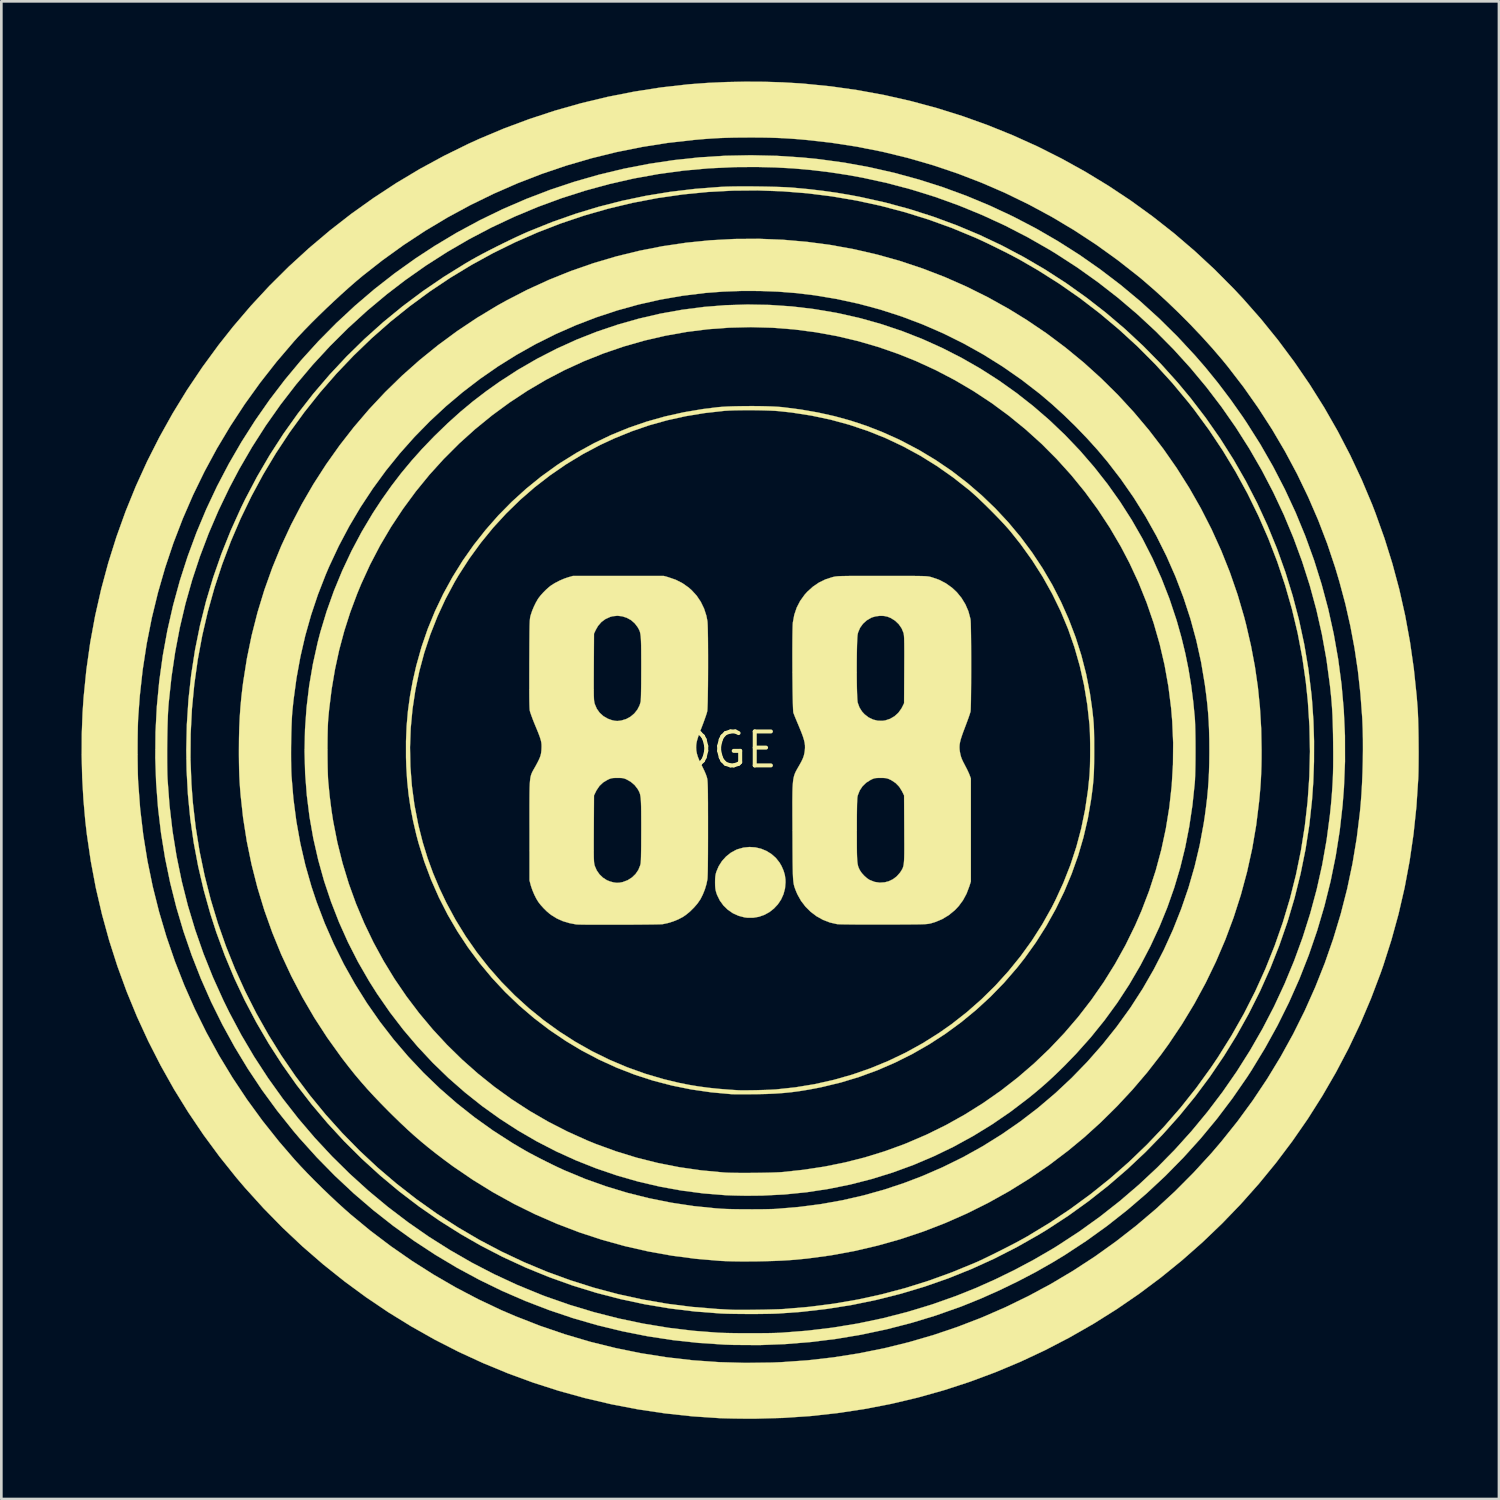
<source format=kicad_pcb>
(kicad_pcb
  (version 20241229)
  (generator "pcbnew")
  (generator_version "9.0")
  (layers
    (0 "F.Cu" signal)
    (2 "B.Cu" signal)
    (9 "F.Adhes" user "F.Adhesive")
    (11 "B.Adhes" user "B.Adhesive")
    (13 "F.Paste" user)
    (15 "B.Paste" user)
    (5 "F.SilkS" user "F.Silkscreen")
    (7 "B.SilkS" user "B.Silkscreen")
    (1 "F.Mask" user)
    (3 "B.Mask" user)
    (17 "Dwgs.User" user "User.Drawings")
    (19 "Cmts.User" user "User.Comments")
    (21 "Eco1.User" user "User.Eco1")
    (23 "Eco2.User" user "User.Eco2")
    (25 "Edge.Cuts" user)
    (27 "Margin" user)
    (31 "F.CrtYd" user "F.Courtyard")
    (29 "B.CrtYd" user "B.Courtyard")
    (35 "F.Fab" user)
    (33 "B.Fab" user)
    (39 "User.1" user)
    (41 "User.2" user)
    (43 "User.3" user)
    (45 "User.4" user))
  (footprint "BADGE 8.8"
    (layer "F.Cu")
    (at 25 25.001)
    (property "Reference" "BADGE 8.8" (at 0 0 0) (layer "F.SilkS") (effects (font (size 1.27 1.27) (thickness 0.15))))
    (attr through_hole)
    (fp_poly (pts (xy 0.204 3.646) (xy 0.417 3.696) (xy 0.619 3.779) (xy 0.804 3.894) (xy 0.969 4.038) (xy 1.106 4.21) (xy 1.187 4.35) (xy 1.261 4.521) (xy 1.308 4.681) (xy 1.33 4.844) (xy 1.333 4.953) (xy 1.314 5.181) (xy 1.257 5.397) (xy 1.167 5.596) (xy 1.047 5.776) (xy 0.9 5.933) (xy 0.732 6.065) (xy 0.544 6.169) (xy 0.34 6.241) (xy 0.125 6.278) (xy -0.098 6.277) (xy -0.196 6.265) (xy -0.424 6.205) (xy -0.635 6.11) (xy -0.824 5.98) (xy -0.988 5.821) (xy -1.124 5.634) (xy -1.227 5.424) (xy -1.255 5.345) (xy -1.278 5.261) (xy -1.292 5.176) (xy -1.3 5.077) (xy -1.302 4.953) (xy -1.3 4.826) (xy -1.292 4.728) (xy -1.278 4.644) (xy -1.255 4.561) (xy -1.167 4.351) (xy -1.044 4.158) (xy -0.891 3.988) (xy -0.713 3.846) (xy -0.515 3.738) (xy -0.459 3.716) (xy -0.239 3.654) (xy -0.017 3.632) (xy 0.204 3.646)) (stroke (width 0.01) (type solid)) (fill yes) (layer "F.SilkS"))
    (fp_poly (pts (xy 0.354 -12.859) (xy 0.594 -12.854) (xy 0.816 -12.847) (xy 1.014 -12.837) (xy 1.179 -12.825) (xy 1.228 -12.82) (xy 1.902 -12.733) (xy 2.547 -12.621) (xy 3.167 -12.483) (xy 3.769 -12.317) (xy 4.358 -12.122) (xy 4.939 -11.896) (xy 5.518 -11.637) (xy 5.683 -11.557) (xy 6.33 -11.216) (xy 6.953 -10.841) (xy 7.551 -10.434) (xy 8.123 -9.995) (xy 8.667 -9.527) (xy 9.184 -9.031) (xy 9.671 -8.508) (xy 10.129 -7.959) (xy 10.555 -7.387) (xy 10.949 -6.792) (xy 11.31 -6.177) (xy 11.636 -5.541) (xy 11.927 -4.888) (xy 12.182 -4.218) (xy 12.4 -3.532) (xy 12.579 -2.833) (xy 12.719 -2.121) (xy 12.793 -1.609) (xy 12.815 -1.433) (xy 12.832 -1.278) (xy 12.847 -1.136) (xy 12.858 -1.001) (xy 12.866 -0.864) (xy 12.872 -0.72) (xy 12.875 -0.559) (xy 12.878 -0.377) (xy 12.878 -0.164) (xy 12.879 0.021) (xy 12.878 0.278) (xy 12.876 0.5) (xy 12.872 0.695) (xy 12.866 0.87) (xy 12.856 1.033) (xy 12.844 1.192) (xy 12.828 1.353) (xy 12.807 1.526) (xy 12.782 1.716) (xy 12.762 1.863) (xy 12.641 2.569) (xy 12.478 3.268) (xy 12.276 3.959) (xy 12.034 4.639) (xy 11.755 5.305) (xy 11.438 5.955) (xy 11.085 6.588) (xy 10.698 7.2) (xy 10.276 7.79) (xy 9.993 8.149) (xy 9.513 8.704) (xy 9.003 9.229) (xy 8.467 9.722) (xy 7.906 10.184) (xy 7.321 10.613) (xy 6.714 11.008) (xy 6.086 11.368) (xy 5.44 11.692) (xy 4.776 11.98) (xy 4.097 12.229) (xy 3.404 12.44) (xy 2.699 12.61) (xy 2.529 12.645) (xy 2.189 12.709) (xy 1.87 12.761) (xy 1.564 12.802) (xy 1.258 12.833) (xy 0.944 12.855) (xy 0.611 12.87) (xy 0.249 12.878) (xy 0.169 12.879) (xy -0.009 12.88) (xy -0.179 12.881) (xy -0.334 12.881) (xy -0.47 12.881) (xy -0.579 12.88) (xy -0.656 12.879) (xy -0.688 12.877) (xy -1.447 12.808) (xy -2.188 12.701) (xy -2.912 12.555) (xy -3.619 12.371) (xy -4.311 12.147) (xy -4.987 11.884) (xy -5.648 11.582) (xy -6.295 11.241) (xy -6.89 10.884) (xy -7.497 10.474) (xy -8.077 10.031) (xy -8.63 9.558) (xy -9.154 9.056) (xy -9.648 8.527) (xy -10.111 7.971) (xy -10.542 7.391) (xy -10.94 6.788) (xy -11.304 6.164) (xy -11.632 5.52) (xy -11.924 4.858) (xy -12.179 4.178) (xy -12.394 3.484) (xy -12.475 3.18) (xy -12.597 2.658) (xy -12.694 2.153) (xy -12.768 1.653) (xy -12.82 1.146) (xy -12.852 0.619) (xy -12.863 0.275) (xy -12.863 -0.095) (xy -12.713 -0.095) (xy -12.699 0.623) (xy -12.644 1.342) (xy -12.548 2.057) (xy -12.41 2.768) (xy -12.39 2.857) (xy -12.236 3.464) (xy -12.057 4.045) (xy -11.85 4.613) (xy -11.612 5.177) (xy -11.355 5.716) (xy -11.009 6.357) (xy -10.629 6.975) (xy -10.216 7.567) (xy -9.772 8.133) (xy -9.298 8.672) (xy -8.795 9.182) (xy -8.266 9.663) (xy -7.711 10.113) (xy -7.132 10.531) (xy -6.53 10.917) (xy -5.907 11.269) (xy -5.264 11.585) (xy -4.602 11.866) (xy -3.923 12.11) (xy -3.229 12.315) (xy -2.646 12.455) (xy -2.29 12.526) (xy -1.931 12.586) (xy -1.562 12.636) (xy -1.174 12.677) (xy -0.759 12.71) (xy -0.445 12.73) (xy -0.359 12.733) (xy -0.238 12.733) (xy -0.092 12.733) (xy 0.072 12.731) (xy 0.246 12.728) (xy 0.422 12.723) (xy 0.592 12.718) (xy 0.747 12.712) (xy 0.88 12.705) (xy 0.97 12.7) (xy 1.697 12.622) (xy 2.417 12.504) (xy 3.127 12.345) (xy 3.825 12.147) (xy 4.51 11.909) (xy 5.18 11.633) (xy 5.834 11.32) (xy 6.469 10.969) (xy 7.083 10.582) (xy 7.547 10.256) (xy 8.118 9.808) (xy 8.663 9.328) (xy 9.18 8.819) (xy 9.668 8.281) (xy 10.125 7.718) (xy 10.549 7.131) (xy 10.938 6.522) (xy 11.29 5.894) (xy 11.429 5.62) (xy 11.729 4.966) (xy 11.99 4.303) (xy 12.211 3.629) (xy 12.394 2.941) (xy 12.539 2.237) (xy 12.646 1.516) (xy 12.703 0.963) (xy 12.712 0.819) (xy 12.72 0.642) (xy 12.725 0.44) (xy 12.728 0.22) (xy 12.729 -0.007) (xy 12.728 -0.233) (xy 12.724 -0.451) (xy 12.719 -0.65) (xy 12.711 -0.824) (xy 12.704 -0.942) (xy 12.622 -1.689) (xy 12.502 -2.419) (xy 12.342 -3.134) (xy 12.143 -3.833) (xy 11.905 -4.517) (xy 11.627 -5.184) (xy 11.31 -5.836) (xy 10.954 -6.473) (xy 10.558 -7.095) (xy 10.123 -7.701) (xy 9.75 -8.17) (xy 9.635 -8.303) (xy 9.495 -8.458) (xy 9.334 -8.629) (xy 9.16 -8.809) (xy 8.979 -8.992) (xy 8.795 -9.173) (xy 8.616 -9.345) (xy 8.448 -9.503) (xy 8.296 -9.639) (xy 8.191 -9.729) (xy 7.6 -10.194) (xy 6.994 -10.62) (xy 6.371 -11.007) (xy 5.733 -11.354) (xy 5.079 -11.663) (xy 4.408 -11.932) (xy 3.721 -12.162) (xy 3.018 -12.354) (xy 2.297 -12.506) (xy 1.558 -12.621) (xy 1.098 -12.671) (xy 0.947 -12.683) (xy 0.763 -12.692) (xy 0.553 -12.699) (xy 0.327 -12.704) (xy 0.093 -12.707) (xy -0.142 -12.707) (xy -0.37 -12.705) (xy -0.582 -12.701) (xy -0.77 -12.694) (xy -0.927 -12.685) (xy -0.963 -12.682) (xy -1.694 -12.6) (xy -2.403 -12.483) (xy -3.092 -12.331) (xy -3.764 -12.143) (xy -4.422 -11.917) (xy -5.069 -11.654) (xy -5.599 -11.408) (xy -6.244 -11.066) (xy -6.868 -10.688) (xy -7.467 -10.276) (xy -8.042 -9.832) (xy -8.591 -9.355) (xy -9.112 -8.848) (xy -9.604 -8.312) (xy -10.065 -7.748) (xy -10.495 -7.157) (xy -10.892 -6.541) (xy -11.048 -6.276) (xy -11.389 -5.638) (xy -11.691 -4.983) (xy -11.955 -4.314) (xy -12.181 -3.631) (xy -12.367 -2.938) (xy -12.513 -2.236) (xy -12.62 -1.527) (xy -12.687 -0.813) (xy -12.713 -0.095) (xy -12.863 -0.095) (xy -12.863 -0.324) (xy -12.839 -0.898) (xy -12.79 -1.458) (xy -12.714 -2.014) (xy -12.61 -2.578) (xy -12.477 -3.16) (xy -12.475 -3.164) (xy -12.282 -3.853) (xy -12.049 -4.529) (xy -11.777 -5.191) (xy -11.469 -5.837) (xy -11.124 -6.465) (xy -10.745 -7.075) (xy -10.332 -7.663) (xy -9.887 -8.227) (xy -9.412 -8.768) (xy -8.907 -9.281) (xy -8.373 -9.766) (xy -7.813 -10.221) (xy -7.227 -10.644) (xy -7.082 -10.741) (xy -6.463 -11.126) (xy -5.834 -11.471) (xy -5.194 -11.778) (xy -4.54 -12.046) (xy -3.87 -12.277) (xy -3.183 -12.471) (xy -2.476 -12.629) (xy -1.747 -12.752) (xy -1.196 -12.82) (xy -1.04 -12.833) (xy -0.85 -12.844) (xy -0.633 -12.852) (xy -0.397 -12.857) (xy -0.149 -12.86) (xy 0.104 -12.861) (xy 0.354 -12.859)) (stroke (width 0.01) (type solid)) (fill yes) (layer "F.SilkS"))
    (fp_poly (pts (xy 0.74 -16.645) (xy 1.567 -16.589) (xy 2.394 -16.491) (xy 3.219 -16.352) (xy 3.34 -16.328) (xy 4.144 -16.145) (xy 4.934 -15.922) (xy 5.709 -15.661) (xy 6.467 -15.363) (xy 7.207 -15.029) (xy 7.928 -14.66) (xy 8.63 -14.258) (xy 9.31 -13.822) (xy 9.968 -13.355) (xy 10.602 -12.857) (xy 11.212 -12.329) (xy 11.795 -11.773) (xy 12.352 -11.189) (xy 12.88 -10.578) (xy 13.379 -9.943) (xy 13.848 -9.283) (xy 14.285 -8.599) (xy 14.689 -7.894) (xy 15.059 -7.167) (xy 15.394 -6.421) (xy 15.693 -5.655) (xy 15.954 -4.871) (xy 15.98 -4.784) (xy 16.145 -4.197) (xy 16.286 -3.615) (xy 16.405 -3.028) (xy 16.504 -2.427) (xy 16.584 -1.804) (xy 16.641 -1.217) (xy 16.649 -1.099) (xy 16.655 -0.946) (xy 16.66 -0.763) (xy 16.664 -0.557) (xy 16.667 -0.335) (xy 16.668 -0.104) (xy 16.668 0.131) (xy 16.667 0.362) (xy 16.664 0.584) (xy 16.66 0.789) (xy 16.655 0.971) (xy 16.649 1.124) (xy 16.641 1.238) (xy 16.554 2.066) (xy 16.434 2.868) (xy 16.282 3.648) (xy 16.095 4.41) (xy 15.873 5.155) (xy 15.615 5.888) (xy 15.321 6.611) (xy 14.989 7.327) (xy 14.986 7.334) (xy 14.602 8.069) (xy 14.189 8.776) (xy 13.744 9.457) (xy 13.266 10.113) (xy 12.753 10.749) (xy 12.203 11.365) (xy 11.791 11.791) (xy 11.548 12.031) (xy 11.322 12.246) (xy 11.103 12.447) (xy 10.882 12.641) (xy 10.648 12.838) (xy 10.414 13.028) (xy 9.746 13.537) (xy 9.057 14.009) (xy 8.348 14.444) (xy 7.621 14.842) (xy 6.876 15.202) (xy 6.116 15.525) (xy 5.341 15.808) (xy 4.553 16.052) (xy 3.753 16.257) (xy 2.942 16.421) (xy 2.122 16.546) (xy 1.294 16.629) (xy 0.458 16.671) (xy -0.064 16.676) (xy -0.232 16.675) (xy -0.407 16.672) (xy -0.578 16.668) (xy -0.732 16.663) (xy -0.861 16.659) (xy -0.91 16.656) (xy -1.743 16.589) (xy -2.566 16.481) (xy -3.379 16.333) (xy -4.18 16.146) (xy -4.968 15.92) (xy -5.742 15.656) (xy -6.5 15.356) (xy -7.242 15.019) (xy -7.966 14.646) (xy -8.67 14.238) (xy -9.354 13.796) (xy -10.017 13.321) (xy -10.656 12.813) (xy -11.272 12.274) (xy -11.862 11.703) (xy -12.425 11.101) (xy -12.961 10.47) (xy -13.468 9.81) (xy -13.944 9.122) (xy -14.245 8.647) (xy -14.658 7.93) (xy -15.033 7.195) (xy -15.369 6.445) (xy -15.667 5.68) (xy -15.927 4.903) (xy -16.147 4.114) (xy -16.329 3.316) (xy -16.471 2.51) (xy -16.573 1.698) (xy -16.636 0.881) (xy -16.658 0.061) (xy -16.656 -0.027) (xy -15.8 -0.027) (xy -15.799 0.205) (xy -15.797 0.431) (xy -15.794 0.644) (xy -15.789 0.838) (xy -15.783 1.006) (xy -15.776 1.14) (xy -15.773 1.175) (xy -15.719 1.727) (xy -15.651 2.261) (xy -15.588 2.665) (xy -15.432 3.457) (xy -15.237 4.237) (xy -15.004 5.002) (xy -14.733 5.751) (xy -14.425 6.483) (xy -14.082 7.197) (xy -13.703 7.892) (xy -13.292 8.566) (xy -12.847 9.218) (xy -12.371 9.847) (xy -11.864 10.453) (xy -11.328 11.032) (xy -10.763 11.585) (xy -10.17 12.11) (xy -9.55 12.607) (xy -8.904 13.073) (xy -8.234 13.507) (xy -7.54 13.909) (xy -6.823 14.276) (xy -6.084 14.609) (xy -5.763 14.74) (xy -5.002 15.017) (xy -4.227 15.255) (xy -3.439 15.452) (xy -2.636 15.61) (xy -1.82 15.727) (xy -0.99 15.805) (xy -0.9 15.811) (xy -0.788 15.816) (xy -0.641 15.819) (xy -0.467 15.822) (xy -0.272 15.823) (xy -0.063 15.823) (xy 0.152 15.821) (xy 0.368 15.819) (xy 0.576 15.815) (xy 0.77 15.811) (xy 0.944 15.805) (xy 1.089 15.799) (xy 1.2 15.792) (xy 1.206 15.792) (xy 2.011 15.705) (xy 2.792 15.586) (xy 3.553 15.432) (xy 4.296 15.244) (xy 5.025 15.019) (xy 5.744 14.759) (xy 5.863 14.711) (xy 6.61 14.39) (xy 7.337 14.032) (xy 8.042 13.638) (xy 8.725 13.21) (xy 9.384 12.749) (xy 10.018 12.256) (xy 10.626 11.732) (xy 11.206 11.179) (xy 11.758 10.596) (xy 12.281 9.987) (xy 12.773 9.351) (xy 13.233 8.69) (xy 13.659 8.006) (xy 14.052 7.298) (xy 14.409 6.569) (xy 14.647 6.022) (xy 14.934 5.272) (xy 15.182 4.508) (xy 15.391 3.73) (xy 15.56 2.943) (xy 15.689 2.147) (xy 15.778 1.345) (xy 15.826 0.539) (xy 15.833 -0.268) (xy 15.798 -1.075) (xy 15.757 -1.566) (xy 15.655 -2.374) (xy 15.512 -3.174) (xy 15.328 -3.964) (xy 15.104 -4.743) (xy 14.841 -5.508) (xy 14.539 -6.259) (xy 14.198 -6.993) (xy 13.875 -7.609) (xy 13.461 -8.315) (xy 13.013 -8.996) (xy 12.533 -9.651) (xy 12.021 -10.279) (xy 11.479 -10.879) (xy 10.909 -11.451) (xy 10.31 -11.992) (xy 9.685 -12.502) (xy 9.035 -12.98) (xy 8.36 -13.425) (xy 7.663 -13.835) (xy 6.943 -14.211) (xy 6.204 -14.55) (xy 5.567 -14.806) (xy 4.806 -15.071) (xy 4.032 -15.296) (xy 3.247 -15.481) (xy 2.453 -15.625) (xy 1.651 -15.729) (xy 0.843 -15.792) (xy 0.032 -15.814) (xy -0.781 -15.794) (xy -1.566 -15.736) (xy -2.361 -15.636) (xy -3.152 -15.495) (xy -3.936 -15.314) (xy -4.71 -15.093) (xy -5.472 -14.833) (xy -6.218 -14.535) (xy -6.947 -14.2) (xy -7.613 -13.852) (xy -8.317 -13.438) (xy -8.996 -12.99) (xy -9.65 -12.51) (xy -10.278 -11.998) (xy -10.878 -11.457) (xy -11.449 -10.886) (xy -11.99 -10.289) (xy -12.5 -9.664) (xy -12.977 -9.015) (xy -13.422 -8.343) (xy -13.832 -7.648) (xy -14.207 -6.931) (xy -14.544 -6.195) (xy -14.69 -5.842) (xy -14.949 -5.149) (xy -15.172 -4.451) (xy -15.362 -3.741) (xy -15.519 -3.017) (xy -15.645 -2.273) (xy -15.74 -1.504) (xy -15.773 -1.154) (xy -15.781 -1.031) (xy -15.788 -0.874) (xy -15.793 -0.688) (xy -15.797 -0.48) (xy -15.799 -0.257) (xy -15.8 -0.027) (xy -16.656 -0.027) (xy -16.641 -0.761) (xy -16.583 -1.584) (xy -16.484 -2.404) (xy -16.344 -3.221) (xy -16.164 -4.034) (xy -16.065 -4.413) (xy -15.832 -5.184) (xy -15.56 -5.948) (xy -15.249 -6.701) (xy -14.902 -7.44) (xy -14.52 -8.159) (xy -14.106 -8.854) (xy -13.762 -9.377) (xy -13.405 -9.88) (xy -13.041 -10.355) (xy -12.662 -10.811) (xy -12.261 -11.26) (xy -11.829 -11.71) (xy -11.769 -11.769) (xy -11.299 -12.224) (xy -10.83 -12.646) (xy -10.353 -13.043) (xy -9.858 -13.421) (xy -9.377 -13.763) (xy -8.68 -14.215) (xy -7.964 -14.629) (xy -7.231 -15.006) (xy -6.482 -15.346) (xy -5.717 -15.647) (xy -4.94 -15.909) (xy -4.151 -16.133) (xy -3.353 -16.318) (xy -2.545 -16.463) (xy -1.731 -16.569) (xy -0.911 -16.635) (xy -0.087 -16.66) (xy 0.74 -16.645)) (stroke (width 0.01) (type solid)) (fill yes) (layer "F.SilkS"))
    (fp_poly (pts (xy 1.006 -22.222) (xy 1.975 -22.158) (xy 2.577 -22.098) (xy 3.529 -21.968) (xy 4.47 -21.797) (xy 5.401 -21.586) (xy 6.32 -21.335) (xy 7.226 -21.046) (xy 8.117 -20.718) (xy 8.993 -20.352) (xy 9.852 -19.949) (xy 10.694 -19.51) (xy 11.517 -19.034) (xy 12.32 -18.524) (xy 13.101 -17.978) (xy 13.861 -17.399) (xy 14.597 -16.786) (xy 15.308 -16.14) (xy 15.994 -15.462) (xy 16.653 -14.752) (xy 17.029 -14.319) (xy 17.509 -13.729) (xy 17.98 -13.106) (xy 18.435 -12.461) (xy 18.573 -12.255) (xy 19.09 -11.438) (xy 19.569 -10.603) (xy 20.01 -9.75) (xy 20.413 -8.882) (xy 20.777 -7.998) (xy 21.102 -7.101) (xy 21.387 -6.191) (xy 21.633 -5.27) (xy 21.839 -4.338) (xy 22.005 -3.397) (xy 22.131 -2.448) (xy 22.215 -1.493) (xy 22.259 -0.531) (xy 22.261 0.435) (xy 22.222 1.405) (xy 22.171 2.064) (xy 22.063 3.021) (xy 21.913 3.971) (xy 21.722 4.911) (xy 21.49 5.842) (xy 21.218 6.762) (xy 20.907 7.669) (xy 20.556 8.563) (xy 20.166 9.442) (xy 19.737 10.306) (xy 19.27 11.152) (xy 18.766 11.981) (xy 18.595 12.245) (xy 18.052 13.03) (xy 17.475 13.793) (xy 16.864 14.531) (xy 16.221 15.243) (xy 15.548 15.928) (xy 14.846 16.584) (xy 14.117 17.21) (xy 13.363 17.804) (xy 12.584 18.365) (xy 11.783 18.891) (xy 11.324 19.17) (xy 10.688 19.532) (xy 10.022 19.88) (xy 9.339 20.211) (xy 8.65 20.518) (xy 7.967 20.795) (xy 7.853 20.838) (xy 6.953 21.156) (xy 6.039 21.434) (xy 5.111 21.673) (xy 4.174 21.872) (xy 3.228 22.031) (xy 2.276 22.149) (xy 1.319 22.226) (xy 0.361 22.263) (xy -0.596 22.257) (xy -0.955 22.245) (xy -1.921 22.181) (xy -2.879 22.077) (xy -3.828 21.932) (xy -4.766 21.746) (xy -5.693 21.522) (xy -6.608 21.258) (xy -7.508 20.955) (xy -8.394 20.615) (xy -9.263 20.238) (xy -10.116 19.823) (xy -10.951 19.373) (xy -11.766 18.886) (xy -12.562 18.364) (xy -13.335 17.808) (xy -14.087 17.217) (xy -14.815 16.593) (xy -15.518 15.936) (xy -16.195 15.246) (xy -16.846 14.525) (xy -17.083 14.245) (xy -17.685 13.492) (xy -18.252 12.718) (xy -18.782 11.922) (xy -19.275 11.108) (xy -19.732 10.275) (xy -20.152 9.426) (xy -20.534 8.561) (xy -20.879 7.681) (xy -21.186 6.789) (xy -21.454 5.885) (xy -21.684 4.97) (xy -21.875 4.046) (xy -22.026 3.114) (xy -22.138 2.175) (xy -22.21 1.23) (xy -22.242 0.282) (xy -22.241 0.247) (xy -21.798 0.247) (xy -21.797 0.495) (xy -21.794 0.724) (xy -21.79 0.926) (xy -21.783 1.094) (xy -21.782 1.104) (xy -21.709 2.078) (xy -21.597 3.035) (xy -21.445 3.978) (xy -21.254 4.907) (xy -21.023 5.823) (xy -20.751 6.726) (xy -20.44 7.617) (xy -20.088 8.497) (xy -19.695 9.367) (xy -19.472 9.821) (xy -19.024 10.662) (xy -18.541 11.48) (xy -18.023 12.275) (xy -17.472 13.045) (xy -16.89 13.79) (xy -16.277 14.508) (xy -15.634 15.199) (xy -14.962 15.861) (xy -14.264 16.494) (xy -13.539 17.096) (xy -12.788 17.667) (xy -12.014 18.206) (xy -11.216 18.71) (xy -10.397 19.181) (xy -9.557 19.616) (xy -8.698 20.014) (xy -7.82 20.375) (xy -7.637 20.445) (xy -6.743 20.757) (xy -5.834 21.031) (xy -4.913 21.266) (xy -3.982 21.461) (xy -3.045 21.616) (xy -2.104 21.729) (xy -1.196 21.799) (xy -1.058 21.805) (xy -0.886 21.81) (xy -0.686 21.814) (xy -0.466 21.817) (xy -0.233 21.819) (xy 0.007 21.819) (xy 0.245 21.819) (xy 0.476 21.817) (xy 0.692 21.815) (xy 0.885 21.811) (xy 1.05 21.806) (xy 1.166 21.801) (xy 2.138 21.725) (xy 3.096 21.61) (xy 4.041 21.455) (xy 4.973 21.259) (xy 5.893 21.023) (xy 6.801 20.747) (xy 7.698 20.43) (xy 7.728 20.419) (xy 8.451 20.129) (xy 9.178 19.805) (xy 9.901 19.452) (xy 10.606 19.077) (xy 11.286 18.683) (xy 11.515 18.542) (xy 12.315 18.019) (xy 13.089 17.463) (xy 13.834 16.877) (xy 14.552 16.262) (xy 15.24 15.619) (xy 15.898 14.949) (xy 16.525 14.253) (xy 17.121 13.532) (xy 17.685 12.788) (xy 18.216 12.021) (xy 18.714 11.233) (xy 19.178 10.424) (xy 19.607 9.597) (xy 20 8.752) (xy 20.357 7.89) (xy 20.677 7.013) (xy 20.959 6.121) (xy 21.203 5.216) (xy 21.408 4.299) (xy 21.573 3.37) (xy 21.697 2.432) (xy 21.737 2.043) (xy 21.76 1.782) (xy 21.778 1.542) (xy 21.793 1.313) (xy 21.805 1.089) (xy 21.813 0.861) (xy 21.818 0.623) (xy 21.82 0.366) (xy 21.82 0.084) (xy 21.817 -0.233) (xy 21.817 -0.275) (xy 21.813 -0.577) (xy 21.807 -0.844) (xy 21.8 -1.084) (xy 21.792 -1.305) (xy 21.78 -1.513) (xy 21.766 -1.717) (xy 21.749 -1.924) (xy 21.727 -2.142) (xy 21.702 -2.378) (xy 21.694 -2.445) (xy 21.567 -3.389) (xy 21.398 -4.323) (xy 21.19 -5.245) (xy 20.943 -6.154) (xy 20.657 -7.049) (xy 20.334 -7.929) (xy 19.974 -8.793) (xy 19.577 -9.639) (xy 19.145 -10.467) (xy 18.678 -11.275) (xy 18.177 -12.063) (xy 17.642 -12.83) (xy 17.075 -13.573) (xy 16.476 -14.292) (xy 15.845 -14.987) (xy 15.184 -15.655) (xy 14.493 -16.296) (xy 13.773 -16.909) (xy 13.024 -17.492) (xy 12.248 -18.045) (xy 11.444 -18.566) (xy 11.218 -18.704) (xy 10.397 -19.174) (xy 9.557 -19.608) (xy 8.698 -20.004) (xy 7.824 -20.363) (xy 6.937 -20.684) (xy 6.038 -20.964) (xy 5.13 -21.205) (xy 4.215 -21.405) (xy 3.664 -21.505) (xy 2.977 -21.61) (xy 2.303 -21.691) (xy 1.632 -21.751) (xy 0.955 -21.788) (xy 0.26 -21.805) (xy -0.46 -21.801) (xy -0.603 -21.798) (xy -1.545 -21.754) (xy -2.482 -21.669) (xy -3.413 -21.543) (xy -4.337 -21.376) (xy -5.253 -21.168) (xy -6.159 -20.921) (xy -7.054 -20.635) (xy -7.936 -20.31) (xy -8.804 -19.947) (xy -9.657 -19.547) (xy -10.492 -19.109) (xy -11.31 -18.634) (xy -12.108 -18.124) (xy -12.885 -17.578) (xy -13.576 -17.048) (xy -14.318 -16.428) (xy -15.029 -15.779) (xy -15.71 -15.102) (xy -16.359 -14.399) (xy -16.975 -13.669) (xy -17.558 -12.914) (xy -18.107 -12.134) (xy -18.621 -11.331) (xy -19.1 -10.506) (xy -19.472 -9.8) (xy -19.88 -8.949) (xy -20.247 -8.093) (xy -20.574 -7.23) (xy -20.862 -6.358) (xy -21.112 -5.474) (xy -21.324 -4.576) (xy -21.498 -3.661) (xy -21.636 -2.729) (xy -21.738 -1.775) (xy -21.75 -1.63) (xy -21.761 -1.471) (xy -21.771 -1.276) (xy -21.779 -1.053) (xy -21.786 -0.809) (xy -21.791 -0.55) (xy -21.795 -0.283) (xy -21.798 -0.015) (xy -21.798 0.247) (xy -22.241 0.247) (xy -22.233 -0.67) (xy -22.183 -1.624) (xy -22.092 -2.578) (xy -21.96 -3.532) (xy -21.789 -4.469) (xy -21.576 -5.404) (xy -21.324 -6.326) (xy -21.032 -7.234) (xy -20.702 -8.127) (xy -20.335 -9.003) (xy -19.931 -9.862) (xy -19.491 -10.702) (xy -19.016 -11.522) (xy -18.506 -12.322) (xy -17.964 -13.099) (xy -17.388 -13.853) (xy -16.781 -14.582) (xy -16.142 -15.286) (xy -15.473 -15.963) (xy -14.775 -16.612) (xy -14.048 -17.233) (xy -13.293 -17.823) (xy -12.511 -18.382) (xy -11.79 -18.854) (xy -10.959 -19.351) (xy -10.11 -19.809) (xy -9.245 -20.229) (xy -8.365 -20.609) (xy -7.472 -20.951) (xy -6.565 -21.253) (xy -5.647 -21.516) (xy -4.719 -21.739) (xy -3.781 -21.921) (xy -2.836 -22.063) (xy -1.883 -22.165) (xy -0.924 -22.225) (xy 0.039 -22.244) (xy 1.006 -22.222)) (stroke (width 0.01) (type solid)) (fill yes) (layer "F.SilkS"))
    (fp_poly (pts (xy 1.248 -19.082) (xy 2.142 -19.004) (xy 3.027 -18.886) (xy 3.903 -18.727) (xy 4.768 -18.527) (xy 5.623 -18.287) (xy 6.465 -18.006) (xy 7.295 -17.686) (xy 8.111 -17.326) (xy 8.912 -16.927) (xy 9.698 -16.488) (xy 10.361 -16.079) (xy 11.096 -15.582) (xy 11.804 -15.051) (xy 12.487 -14.49) (xy 13.141 -13.898) (xy 13.768 -13.278) (xy 14.364 -12.631) (xy 14.93 -11.958) (xy 15.465 -11.26) (xy 15.967 -10.54) (xy 16.436 -9.797) (xy 16.87 -9.035) (xy 17.269 -8.253) (xy 17.631 -7.454) (xy 17.956 -6.639) (xy 18.243 -5.808) (xy 18.49 -4.965) (xy 18.564 -4.678) (xy 18.745 -3.891) (xy 18.891 -3.117) (xy 19.002 -2.348) (xy 19.08 -1.574) (xy 19.126 -0.788) (xy 19.14 0) (xy 19.139 0.319) (xy 19.134 0.608) (xy 19.125 0.877) (xy 19.113 1.138) (xy 19.095 1.403) (xy 19.071 1.683) (xy 19.048 1.926) (xy 18.939 2.813) (xy 18.789 3.692) (xy 18.597 4.561) (xy 18.366 5.419) (xy 18.095 6.264) (xy 17.785 7.096) (xy 17.436 7.913) (xy 17.049 8.713) (xy 16.625 9.496) (xy 16.163 10.26) (xy 15.665 11.003) (xy 15.371 11.409) (xy 14.857 12.069) (xy 14.308 12.712) (xy 13.73 13.333) (xy 13.128 13.928) (xy 12.506 14.492) (xy 11.906 14.989) (xy 11.188 15.533) (xy 10.448 16.04) (xy 9.688 16.511) (xy 8.909 16.945) (xy 8.113 17.342) (xy 7.301 17.7) (xy 6.473 18.02) (xy 5.631 18.301) (xy 4.777 18.542) (xy 3.911 18.744) (xy 3.036 18.905) (xy 2.151 19.025) (xy 1.693 19.07) (xy 1.452 19.088) (xy 1.18 19.104) (xy 0.884 19.116) (xy 0.574 19.125) (xy 0.257 19.132) (xy -0.059 19.134) (xy -0.364 19.134) (xy -0.652 19.13) (xy -0.913 19.122) (xy -1.122 19.112) (xy -2.025 19.035) (xy -2.918 18.918) (xy -3.801 18.76) (xy -4.672 18.562) (xy -5.531 18.324) (xy -6.376 18.047) (xy -7.205 17.731) (xy -8.019 17.377) (xy -8.817 16.984) (xy -9.596 16.554) (xy -10.356 16.086) (xy -11.096 15.582) (xy -11.43 15.336) (xy -11.735 15.104) (xy -12.018 14.881) (xy -12.285 14.661) (xy -12.545 14.437) (xy -12.805 14.203) (xy -13.071 13.952) (xy -13.353 13.678) (xy -13.506 13.527) (xy -13.798 13.23) (xy -14.064 12.952) (xy -14.31 12.685) (xy -14.541 12.422) (xy -14.766 12.156) (xy -14.989 11.877) (xy -15.219 11.581) (xy -15.287 11.49) (xy -15.808 10.764) (xy -16.294 10.015) (xy -16.742 9.246) (xy -17.154 8.458) (xy -17.529 7.653) (xy -17.865 6.831) (xy -18.163 5.995) (xy -18.421 5.146) (xy -18.64 4.285) (xy -18.819 3.414) (xy -18.957 2.534) (xy -19.049 1.693) (xy -19.069 1.448) (xy -19.085 1.214) (xy -19.097 0.981) (xy -19.105 0.74) (xy -19.11 0.482) (xy -19.113 0.197) (xy -19.113 0.131) (xy -17.163 0.131) (xy -17.162 0.374) (xy -17.159 0.599) (xy -17.154 0.8) (xy -17.147 0.966) (xy -17.075 1.826) (xy -16.965 2.67) (xy -16.816 3.498) (xy -16.628 4.311) (xy -16.4 5.11) (xy -16.209 5.683) (xy -15.905 6.482) (xy -15.563 7.261) (xy -15.186 8.02) (xy -14.772 8.757) (xy -14.325 9.471) (xy -13.843 10.162) (xy -13.329 10.827) (xy -12.782 11.467) (xy -12.205 12.08) (xy -11.597 12.665) (xy -10.96 13.221) (xy -10.295 13.747) (xy -9.602 14.242) (xy -8.882 14.705) (xy -8.435 14.969) (xy -8.267 15.063) (xy -8.069 15.168) (xy -7.853 15.28) (xy -7.628 15.394) (xy -7.404 15.505) (xy -7.19 15.608) (xy -6.998 15.697) (xy -6.923 15.731) (xy -6.161 16.047) (xy -5.378 16.326) (xy -4.58 16.568) (xy -3.767 16.771) (xy -2.944 16.936) (xy -2.114 17.062) (xy -1.279 17.147) (xy -1.048 17.164) (xy -0.92 17.17) (xy -0.757 17.175) (xy -0.568 17.179) (xy -0.359 17.182) (xy -0.139 17.183) (xy 0.084 17.184) (xy 0.304 17.183) (xy 0.513 17.181) (xy 0.703 17.177) (xy 0.867 17.173) (xy 0.996 17.167) (xy 1.006 17.166) (xy 1.843 17.095) (xy 2.66 16.989) (xy 3.459 16.846) (xy 4.244 16.666) (xy 5.02 16.449) (xy 5.788 16.193) (xy 6.426 15.95) (xy 7.203 15.613) (xy 7.962 15.24) (xy 8.699 14.83) (xy 9.415 14.384) (xy 10.108 13.904) (xy 10.777 13.391) (xy 11.421 12.844) (xy 12.039 12.266) (xy 12.629 11.657) (xy 13.191 11.018) (xy 13.724 10.35) (xy 14.226 9.654) (xy 14.249 9.62) (xy 14.694 8.93) (xy 15.106 8.214) (xy 15.485 7.477) (xy 15.828 6.721) (xy 16.134 5.948) (xy 16.404 5.163) (xy 16.634 4.367) (xy 16.825 3.564) (xy 16.975 2.757) (xy 17.016 2.487) (xy 17.064 2.13) (xy 17.104 1.796) (xy 17.134 1.477) (xy 17.157 1.161) (xy 17.173 0.837) (xy 17.183 0.497) (xy 17.187 0.127) (xy 17.187 -0.003) (xy 17.185 -0.386) (xy 17.176 -0.737) (xy 17.162 -1.069) (xy 17.14 -1.391) (xy 17.11 -1.716) (xy 17.071 -2.053) (xy 17.023 -2.415) (xy 17.016 -2.464) (xy 16.878 -3.286) (xy 16.698 -4.1) (xy 16.479 -4.905) (xy 16.219 -5.7) (xy 15.921 -6.481) (xy 15.584 -7.248) (xy 15.21 -7.998) (xy 14.8 -8.731) (xy 14.354 -9.443) (xy 13.873 -10.134) (xy 13.372 -10.784) (xy 13.001 -11.225) (xy 12.6 -11.668) (xy 12.178 -12.106) (xy 11.742 -12.53) (xy 11.302 -12.931) (xy 10.866 -13.302) (xy 10.828 -13.333) (xy 10.151 -13.855) (xy 9.452 -14.341) (xy 8.734 -14.79) (xy 7.996 -15.202) (xy 7.241 -15.577) (xy 6.47 -15.913) (xy 5.684 -16.211) (xy 4.884 -16.47) (xy 4.071 -16.689) (xy 3.247 -16.868) (xy 2.413 -17.007) (xy 1.714 -17.09) (xy 1.052 -17.142) (xy 0.368 -17.167) (xy -0.322 -17.168) (xy -1.006 -17.143) (xy -1.67 -17.093) (xy -1.693 -17.09) (xy -2.529 -16.987) (xy -3.354 -16.843) (xy -4.167 -16.66) (xy -4.967 -16.438) (xy -5.752 -16.178) (xy -6.521 -15.882) (xy -7.274 -15.55) (xy -8.009 -15.183) (xy -8.724 -14.781) (xy -9.42 -14.347) (xy -10.093 -13.88) (xy -10.744 -13.381) (xy -11.371 -12.852) (xy -11.972 -12.293) (xy -12.548 -11.705) (xy -13.096 -11.089) (xy -13.615 -10.447) (xy -14.104 -9.777) (xy -14.562 -9.083) (xy -14.988 -8.364) (xy -15.381 -7.622) (xy -15.739 -6.857) (xy -15.865 -6.562) (xy -16.158 -5.809) (xy -16.413 -5.048) (xy -16.631 -4.276) (xy -16.813 -3.488) (xy -16.96 -2.683) (xy -17.072 -1.856) (xy -17.115 -1.439) (xy -17.127 -1.282) (xy -17.137 -1.09) (xy -17.146 -0.87) (xy -17.153 -0.631) (xy -17.158 -0.379) (xy -17.162 -0.123) (xy -17.163 0.131) (xy -19.113 0.131) (xy -19.113 0.011) (xy -19.11 -0.428) (xy -19.1 -0.836) (xy -19.082 -1.223) (xy -19.056 -1.599) (xy -19.021 -1.976) (xy -18.976 -2.364) (xy -18.953 -2.54) (xy -18.814 -3.42) (xy -18.635 -4.288) (xy -18.417 -5.144) (xy -18.16 -5.986) (xy -17.865 -6.812) (xy -17.533 -7.623) (xy -17.165 -8.416) (xy -16.762 -9.191) (xy -16.324 -9.946) (xy -15.851 -10.68) (xy -15.346 -11.392) (xy -14.809 -12.081) (xy -14.24 -12.746) (xy -13.641 -13.385) (xy -13.012 -13.998) (xy -12.353 -14.583) (xy -11.667 -15.138) (xy -10.953 -15.664) (xy -10.212 -16.159) (xy -9.446 -16.621) (xy -9.116 -16.805) (xy -8.322 -17.215) (xy -7.513 -17.585) (xy -6.688 -17.916) (xy -5.849 -18.208) (xy -4.997 -18.46) (xy -4.134 -18.671) (xy -3.26 -18.843) (xy -2.376 -18.973) (xy -1.485 -19.063) (xy -0.585 -19.111) (xy -0.561 -19.112) (xy 0.347 -19.118) (xy 1.248 -19.082)) (stroke (width 0.01) (type solid)) (fill yes) (layer "F.SilkS"))
    (fp_poly (pts (xy 0.07 -21.078) (xy 0.336 -21.075) (xy 0.6 -21.071) (xy 0.856 -21.065) (xy 1.096 -21.058) (xy 1.313 -21.049) (xy 1.5 -21.039) (xy 1.619 -21.03) (xy 2.19 -20.977) (xy 2.731 -20.913) (xy 3.257 -20.839) (xy 3.78 -20.75) (xy 4.156 -20.678) (xy 5.07 -20.474) (xy 5.971 -20.23) (xy 6.858 -19.947) (xy 7.731 -19.625) (xy 8.587 -19.266) (xy 9.426 -18.869) (xy 10.246 -18.435) (xy 11.047 -17.966) (xy 11.827 -17.462) (xy 12.584 -16.923) (xy 13.319 -16.351) (xy 14.03 -15.746) (xy 14.714 -15.108) (xy 15.373 -14.44) (xy 16.003 -13.74) (xy 16.481 -13.166) (xy 17.051 -12.422) (xy 17.586 -11.656) (xy 18.086 -10.867) (xy 18.549 -10.058) (xy 18.976 -9.231) (xy 19.366 -8.385) (xy 19.718 -7.524) (xy 20.031 -6.648) (xy 20.306 -5.758) (xy 20.541 -4.857) (xy 20.737 -3.945) (xy 20.891 -3.025) (xy 21.004 -2.097) (xy 21.028 -1.841) (xy 21.079 -1.097) (xy 21.103 -0.333) (xy 21.101 0.439) (xy 21.074 1.206) (xy 21.027 1.873) (xy 20.927 2.798) (xy 20.784 3.717) (xy 20.6 4.628) (xy 20.376 5.531) (xy 20.112 6.423) (xy 19.807 7.304) (xy 19.464 8.172) (xy 19.082 9.026) (xy 18.661 9.864) (xy 18.203 10.685) (xy 17.731 11.451) (xy 17.211 12.218) (xy 16.656 12.963) (xy 16.067 13.684) (xy 15.446 14.379) (xy 14.794 15.048) (xy 14.113 15.688) (xy 13.406 16.298) (xy 12.672 16.876) (xy 11.915 17.422) (xy 11.135 17.932) (xy 10.804 18.134) (xy 9.982 18.6) (xy 9.144 19.028) (xy 8.291 19.416) (xy 7.423 19.765) (xy 6.541 20.074) (xy 5.644 20.343) (xy 4.735 20.572) (xy 3.813 20.762) (xy 2.879 20.91) (xy 1.933 21.019) (xy 1.069 21.082) (xy 0.92 21.088) (xy 0.736 21.093) (xy 0.526 21.096) (xy 0.298 21.099) (xy 0.059 21.099) (xy -0.182 21.099) (xy -0.418 21.097) (xy -0.64 21.094) (xy -0.841 21.09) (xy -1.012 21.084) (xy -1.101 21.08) (xy -2.05 21.007) (xy -2.99 20.893) (xy -3.92 20.738) (xy -4.839 20.543) (xy -5.747 20.307) (xy -6.642 20.031) (xy -7.524 19.715) (xy -8.392 19.36) (xy -9.245 18.966) (xy -10.082 18.532) (xy -10.816 18.111) (xy -11.606 17.613) (xy -12.372 17.082) (xy -13.112 16.518) (xy -13.825 15.923) (xy -14.511 15.298) (xy -15.169 14.645) (xy -15.797 13.964) (xy -16.394 13.257) (xy -16.96 12.526) (xy -17.494 11.77) (xy -17.994 10.993) (xy -18.46 10.195) (xy -18.891 9.376) (xy -19.285 8.54) (xy -19.642 7.685) (xy -19.961 6.815) (xy -20.182 6.128) (xy -20.43 5.241) (xy -20.637 4.355) (xy -20.804 3.469) (xy -20.932 2.577) (xy -21.02 1.676) (xy -21.07 0.762) (xy -21.077 0.338) (xy -20.925 0.338) (xy -20.889 1.278) (xy -20.837 1.968) (xy -20.731 2.889) (xy -20.584 3.801) (xy -20.396 4.704) (xy -20.169 5.596) (xy -19.903 6.476) (xy -19.599 7.343) (xy -19.257 8.195) (xy -18.878 9.031) (xy -18.463 9.85) (xy -18.012 10.65) (xy -17.527 11.431) (xy -17.007 12.19) (xy -16.454 12.927) (xy -15.869 13.64) (xy -15.251 14.328) (xy -14.602 14.989) (xy -13.923 15.623) (xy -13.229 16.215) (xy -12.48 16.8) (xy -11.711 17.347) (xy -10.922 17.857) (xy -10.115 18.33) (xy -9.291 18.764) (xy -8.449 19.161) (xy -7.592 19.519) (xy -6.72 19.837) (xy -5.834 20.117) (xy -4.935 20.357) (xy -4.024 20.556) (xy -3.101 20.716) (xy -2.168 20.834) (xy -1.226 20.912) (xy -1.217 20.912) (xy -1.078 20.92) (xy -0.94 20.928) (xy -0.812 20.935) (xy -0.708 20.94) (xy -0.656 20.942) (xy -0.556 20.945) (xy -0.42 20.946) (xy -0.256 20.946) (xy -0.071 20.945) (xy 0.127 20.943) (xy 0.333 20.94) (xy 0.538 20.937) (xy 0.735 20.932) (xy 0.918 20.927) (xy 1.08 20.922) (xy 1.212 20.916) (xy 1.281 20.912) (xy 2.219 20.832) (xy 3.139 20.714) (xy 4.044 20.558) (xy 4.936 20.363) (xy 5.817 20.129) (xy 6.69 19.855) (xy 7.558 19.54) (xy 8.423 19.184) (xy 8.467 19.165) (xy 8.62 19.096) (xy 8.803 19.009) (xy 9.007 18.91) (xy 9.225 18.802) (xy 9.45 18.689) (xy 9.674 18.575) (xy 9.89 18.463) (xy 10.088 18.357) (xy 10.263 18.261) (xy 10.377 18.197) (xy 11.192 17.703) (xy 11.98 17.177) (xy 12.742 16.619) (xy 13.476 16.03) (xy 14.181 15.41) (xy 14.857 14.76) (xy 15.502 14.081) (xy 16.117 13.374) (xy 16.7 12.639) (xy 17.251 11.877) (xy 17.515 11.485) (xy 18.015 10.686) (xy 18.477 9.87) (xy 18.9 9.037) (xy 19.284 8.189) (xy 19.629 7.327) (xy 19.935 6.452) (xy 20.201 5.566) (xy 20.427 4.668) (xy 20.613 3.761) (xy 20.758 2.846) (xy 20.863 1.924) (xy 20.927 0.995) (xy 20.95 0.061) (xy 20.931 -0.876) (xy 20.871 -1.817) (xy 20.794 -2.551) (xy 20.662 -3.466) (xy 20.489 -4.374) (xy 20.275 -5.273) (xy 20.02 -6.162) (xy 19.727 -7.039) (xy 19.395 -7.903) (xy 19.024 -8.752) (xy 18.617 -9.584) (xy 18.172 -10.399) (xy 17.692 -11.193) (xy 17.176 -11.967) (xy 16.626 -12.718) (xy 16.408 -12.996) (xy 15.802 -13.724) (xy 15.165 -14.423) (xy 14.5 -15.091) (xy 13.806 -15.727) (xy 13.084 -16.333) (xy 12.336 -16.906) (xy 11.561 -17.446) (xy 10.76 -17.952) (xy 10.086 -18.342) (xy 9.932 -18.425) (xy 9.749 -18.521) (xy 9.544 -18.626) (xy 9.327 -18.734) (xy 9.107 -18.843) (xy 8.891 -18.948) (xy 8.69 -19.043) (xy 8.512 -19.125) (xy 8.424 -19.164) (xy 7.56 -19.522) (xy 6.682 -19.839) (xy 5.793 -20.116) (xy 4.894 -20.353) (xy 3.985 -20.55) (xy 3.069 -20.706) (xy 2.147 -20.821) (xy 1.22 -20.895) (xy 0.29 -20.928) (xy -0.642 -20.92) (xy -1.574 -20.87) (xy -2.506 -20.778) (xy -3.435 -20.645) (xy -3.482 -20.637) (xy -4.397 -20.462) (xy -5.301 -20.245) (xy -6.192 -19.99) (xy -7.069 -19.695) (xy -7.931 -19.362) (xy -8.778 -18.991) (xy -9.606 -18.584) (xy -10.416 -18.14) (xy -11.206 -17.661) (xy -11.975 -17.147) (xy -12.722 -16.598) (xy -13.446 -16.017) (xy -14.144 -15.403) (xy -14.817 -14.756) (xy -15.462 -14.079) (xy -16.079 -13.371) (xy -16.666 -12.634) (xy -17.217 -11.876) (xy -17.731 -11.097) (xy -18.208 -10.3) (xy -18.648 -9.484) (xy -19.05 -8.652) (xy -19.414 -7.804) (xy -19.74 -6.942) (xy -20.028 -6.066) (xy -20.276 -5.178) (xy -20.485 -4.28) (xy -20.654 -3.371) (xy -20.782 -2.454) (xy -20.871 -1.529) (xy -20.918 -0.598) (xy -20.925 0.338) (xy -21.077 0.338) (xy -21.082 0.011) (xy -21.061 -0.943) (xy -21 -1.887) (xy -20.897 -2.82) (xy -20.754 -3.743) (xy -20.569 -4.656) (xy -20.343 -5.559) (xy -20.076 -6.451) (xy -19.768 -7.334) (xy -19.418 -8.207) (xy -19.028 -9.07) (xy -18.878 -9.377) (xy -18.437 -10.215) (xy -17.961 -11.03) (xy -17.451 -11.82) (xy -16.907 -12.584) (xy -16.331 -13.323) (xy -15.723 -14.034) (xy -15.084 -14.718) (xy -14.414 -15.374) (xy -13.715 -16.001) (xy -12.986 -16.598) (xy -12.229 -17.164) (xy -11.444 -17.699) (xy -10.632 -18.202) (xy -10.404 -18.335) (xy -10.215 -18.44) (xy -9.995 -18.559) (xy -9.752 -18.685) (xy -9.495 -18.816) (xy -9.231 -18.947) (xy -8.97 -19.074) (xy -8.719 -19.193) (xy -8.486 -19.3) (xy -8.279 -19.391) (xy -8.244 -19.406) (xy -7.384 -19.751) (xy -6.52 -20.054) (xy -5.65 -20.318) (xy -4.773 -20.542) (xy -3.884 -20.728) (xy -2.982 -20.875) (xy -2.063 -20.985) (xy -1.126 -21.058) (xy -1.038 -21.063) (xy -0.87 -21.07) (xy -0.668 -21.075) (xy -0.439 -21.078) (xy -0.191 -21.079) (xy 0.07 -21.078)) (stroke (width 0.01) (type solid)) (fill yes) (layer "F.SilkS"))
    (fp_poly (pts (xy -3.048 -6.459) (xy -2.772 -6.364) (xy -2.521 -6.236) (xy -2.291 -6.074) (xy -2.178 -5.974) (xy -1.991 -5.77) (xy -1.836 -5.539) (xy -1.714 -5.287) (xy -1.627 -5.018) (xy -1.589 -4.818) (xy -1.584 -4.758) (xy -1.579 -4.662) (xy -1.575 -4.532) (xy -1.572 -4.375) (xy -1.569 -4.193) (xy -1.567 -3.992) (xy -1.566 -3.774) (xy -1.565 -3.545) (xy -1.565 -3.309) (xy -1.565 -3.07) (xy -1.566 -2.832) (xy -1.567 -2.599) (xy -1.569 -2.376) (xy -1.572 -2.167) (xy -1.575 -1.975) (xy -1.578 -1.806) (xy -1.583 -1.663) (xy -1.587 -1.551) (xy -1.592 -1.473) (xy -1.597 -1.439) (xy -1.613 -1.378) (xy -1.643 -1.285) (xy -1.683 -1.17) (xy -1.73 -1.04) (xy -1.781 -0.904) (xy -1.795 -0.868) (xy -1.862 -0.693) (xy -1.914 -0.552) (xy -1.952 -0.436) (xy -1.98 -0.34) (xy -1.997 -0.259) (xy -2.007 -0.184) (xy -2.01 -0.11) (xy -2.011 -0.089) (xy -2.004 0.025) (xy -1.982 0.141) (xy -1.944 0.266) (xy -1.886 0.408) (xy -1.806 0.575) (xy -1.787 0.611) (xy -1.705 0.779) (xy -1.646 0.916) (xy -1.608 1.027) (xy -1.598 1.069) (xy -1.592 1.103) (xy -1.587 1.147) (xy -1.583 1.206) (xy -1.579 1.28) (xy -1.576 1.374) (xy -1.573 1.489) (xy -1.571 1.629) (xy -1.57 1.796) (xy -1.568 1.994) (xy -1.568 2.224) (xy -1.567 2.489) (xy -1.567 2.793) (xy -1.567 2.946) (xy -1.567 3.294) (xy -1.568 3.611) (xy -1.569 3.895) (xy -1.571 4.145) (xy -1.573 4.36) (xy -1.576 4.538) (xy -1.58 4.677) (xy -1.584 4.778) (xy -1.588 4.837) (xy -1.589 4.84) (xy -1.625 5.02) (xy -1.683 5.214) (xy -1.759 5.405) (xy -1.844 5.575) (xy -1.855 5.593) (xy -1.958 5.743) (xy -2.09 5.896) (xy -2.238 6.043) (xy -2.392 6.17) (xy -2.514 6.252) (xy -2.681 6.339) (xy -2.871 6.416) (xy -3.065 6.476) (xy -3.247 6.515) (xy -3.266 6.518) (xy -3.31 6.521) (xy -3.391 6.524) (xy -3.506 6.527) (xy -3.65 6.529) (xy -3.819 6.531) (xy -4.009 6.533) (xy -4.216 6.535) (xy -4.435 6.536) (xy -4.663 6.537) (xy -4.894 6.538) (xy -5.126 6.538) (xy -5.352 6.538) (xy -5.57 6.538) (xy -5.776 6.538) (xy -5.964 6.537) (xy -6.13 6.536) (xy -6.271 6.534) (xy -6.383 6.532) (xy -6.46 6.529) (xy -6.498 6.527) (xy -6.765 6.475) (xy -7.002 6.403) (xy -7.216 6.307) (xy -7.416 6.184) (xy -7.493 6.128) (xy -7.602 6.035) (xy -7.717 5.921) (xy -7.826 5.8) (xy -7.913 5.688) (xy -7.916 5.683) (xy -7.991 5.56) (xy -8.065 5.412) (xy -8.132 5.253) (xy -8.185 5.101) (xy -8.197 5.059) (xy -8.244 4.879) (xy -8.244 3.623) (xy -5.84 3.623) (xy -5.84 3.779) (xy -5.839 3.908) (xy -5.838 4.011) (xy -5.835 4.094) (xy -5.832 4.159) (xy -5.828 4.21) (xy -5.822 4.251) (xy -5.816 4.285) (xy -5.808 4.316) (xy -5.801 4.341) (xy -5.73 4.505) (xy -5.627 4.653) (xy -5.498 4.778) (xy -5.349 4.874) (xy -5.238 4.918) (xy -5.104 4.955) (xy -4.992 4.971) (xy -4.887 4.968) (xy -4.773 4.947) (xy -4.753 4.942) (xy -4.572 4.874) (xy -4.413 4.773) (xy -4.278 4.644) (xy -4.173 4.491) (xy -4.103 4.318) (xy -4.088 4.259) (xy -4.082 4.207) (xy -4.076 4.114) (xy -4.072 3.981) (xy -4.069 3.806) (xy -4.066 3.589) (xy -4.065 3.331) (xy -4.064 3.031) (xy -4.064 2.988) (xy -4.064 2.72) (xy -4.065 2.492) (xy -4.066 2.298) (xy -4.068 2.136) (xy -4.072 2.001) (xy -4.077 1.89) (xy -4.084 1.8) (xy -4.094 1.726) (xy -4.106 1.665) (xy -4.121 1.614) (xy -4.14 1.568) (xy -4.162 1.525) (xy -4.188 1.48) (xy -4.197 1.463) (xy -4.31 1.316) (xy -4.455 1.193) (xy -4.593 1.114) (xy -4.659 1.083) (xy -4.715 1.064) (xy -4.774 1.053) (xy -4.848 1.049) (xy -4.951 1.048) (xy -4.953 1.048) (xy -5.057 1.049) (xy -5.131 1.053) (xy -5.19 1.064) (xy -5.247 1.083) (xy -5.314 1.114) (xy -5.318 1.115) (xy -5.487 1.216) (xy -5.625 1.346) (xy -5.734 1.506) (xy -5.753 1.542) (xy -5.831 1.702) (xy -5.838 2.95) (xy -5.839 3.212) (xy -5.84 3.435) (xy -5.84 3.623) (xy -8.244 3.623) (xy -8.244 2.995) (xy -8.245 2.663) (xy -8.245 2.37) (xy -8.245 2.114) (xy -8.244 1.891) (xy -8.243 1.699) (xy -8.241 1.535) (xy -8.238 1.395) (xy -8.233 1.277) (xy -8.226 1.177) (xy -8.217 1.094) (xy -8.206 1.023) (xy -8.192 0.962) (xy -8.175 0.909) (xy -8.155 0.859) (xy -8.132 0.81) (xy -8.104 0.76) (xy -8.073 0.705) (xy -8.037 0.642) (xy -8.021 0.614) (xy -7.947 0.477) (xy -7.892 0.367) (xy -7.853 0.276) (xy -7.826 0.196) (xy -7.809 0.116) (xy -7.799 0.028) (xy -7.795 -0.034) (xy -7.792 -0.12) (xy -7.793 -0.196) (xy -7.8 -0.27) (xy -7.816 -0.348) (xy -7.842 -0.437) (xy -7.879 -0.543) (xy -7.929 -0.672) (xy -7.994 -0.83) (xy -8.023 -0.9) (xy -8.079 -1.036) (xy -8.13 -1.167) (xy -8.174 -1.286) (xy -8.208 -1.384) (xy -8.229 -1.454) (xy -8.233 -1.471) (xy -8.238 -1.513) (xy -8.242 -1.584) (xy -8.246 -1.686) (xy -8.249 -1.819) (xy -8.251 -1.987) (xy -8.252 -2.189) (xy -8.252 -2.428) (xy -8.252 -2.43) (xy -5.84 -2.43) (xy -5.84 -2.274) (xy -5.839 -2.146) (xy -5.838 -2.043) (xy -5.835 -1.96) (xy -5.832 -1.895) (xy -5.828 -1.844) (xy -5.822 -1.803) (xy -5.816 -1.769) (xy -5.808 -1.737) (xy -5.8 -1.712) (xy -5.726 -1.539) (xy -5.618 -1.388) (xy -5.479 -1.263) (xy -5.313 -1.167) (xy -5.159 -1.112) (xy -5.05 -1.088) (xy -4.952 -1.082) (xy -4.844 -1.094) (xy -4.804 -1.101) (xy -4.626 -1.155) (xy -4.464 -1.244) (xy -4.323 -1.363) (xy -4.208 -1.507) (xy -4.125 -1.669) (xy -4.087 -1.795) (xy -4.081 -1.847) (xy -4.076 -1.942) (xy -4.072 -2.078) (xy -4.069 -2.255) (xy -4.066 -2.474) (xy -4.065 -2.733) (xy -4.064 -3.033) (xy -4.064 -3.066) (xy -4.064 -3.333) (xy -4.065 -3.562) (xy -4.066 -3.756) (xy -4.068 -3.918) (xy -4.072 -4.053) (xy -4.077 -4.164) (xy -4.084 -4.254) (xy -4.094 -4.328) (xy -4.106 -4.388) (xy -4.121 -4.44) (xy -4.14 -4.485) (xy -4.162 -4.529) (xy -4.188 -4.574) (xy -4.197 -4.59) (xy -4.308 -4.736) (xy -4.445 -4.855) (xy -4.603 -4.942) (xy -4.775 -4.998) (xy -4.953 -5.018) (xy -5.133 -5) (xy -5.226 -4.975) (xy -5.405 -4.894) (xy -5.556 -4.782) (xy -5.68 -4.638) (xy -5.765 -4.49) (xy -5.831 -4.35) (xy -5.838 -3.102) (xy -5.839 -2.84) (xy -5.84 -2.618) (xy -5.84 -2.43) (xy -8.252 -2.43) (xy -8.252 -2.706) (xy -8.251 -3.023) (xy -8.251 -3.239) (xy -8.249 -3.541) (xy -8.248 -3.804) (xy -8.247 -4.031) (xy -8.245 -4.224) (xy -8.244 -4.388) (xy -8.242 -4.524) (xy -8.24 -4.637) (xy -8.237 -4.729) (xy -8.234 -4.803) (xy -8.23 -4.862) (xy -8.225 -4.91) (xy -8.22 -4.949) (xy -8.213 -4.983) (xy -8.206 -5.014) (xy -8.197 -5.045) (xy -8.196 -5.048) (xy -8.148 -5.193) (xy -8.084 -5.349) (xy -8.01 -5.502) (xy -7.935 -5.634) (xy -7.913 -5.668) (xy -7.834 -5.771) (xy -7.732 -5.885) (xy -7.619 -5.998) (xy -7.507 -6.097) (xy -7.439 -6.15) (xy -7.291 -6.243) (xy -7.119 -6.332) (xy -6.939 -6.409) (xy -6.784 -6.461) (xy -6.615 -6.509) (xy -4.921 -6.509) (xy -3.228 -6.509) (xy -3.048 -6.459)) (stroke (width 0.01) (type solid)) (fill yes) (layer "F.SilkS"))
    (fp_poly (pts (xy 5.248 -6.509) (xy 5.514 -6.509) (xy 5.743 -6.508) (xy 5.94 -6.508) (xy 6.106 -6.507) (xy 6.246 -6.506) (xy 6.361 -6.504) (xy 6.455 -6.502) (xy 6.531 -6.499) (xy 6.593 -6.496) (xy 6.642 -6.491) (xy 6.683 -6.486) (xy 6.718 -6.48) (xy 6.75 -6.473) (xy 6.782 -6.464) (xy 6.795 -6.461) (xy 7.071 -6.366) (xy 7.327 -6.234) (xy 7.562 -6.066) (xy 7.739 -5.901) (xy 7.916 -5.684) (xy 8.062 -5.444) (xy 8.173 -5.187) (xy 8.245 -4.919) (xy 8.254 -4.868) (xy 8.258 -4.82) (xy 8.262 -4.733) (xy 8.265 -4.613) (xy 8.268 -4.464) (xy 8.271 -4.29) (xy 8.273 -4.094) (xy 8.275 -3.882) (xy 8.276 -3.656) (xy 8.277 -3.422) (xy 8.277 -3.183) (xy 8.277 -2.944) (xy 8.276 -2.708) (xy 8.275 -2.481) (xy 8.273 -2.265) (xy 8.271 -2.064) (xy 8.269 -1.884) (xy 8.266 -1.729) (xy 8.262 -1.601) (xy 8.259 -1.506) (xy 8.254 -1.447) (xy 8.253 -1.435) (xy 8.238 -1.383) (xy 8.211 -1.298) (xy 8.173 -1.189) (xy 8.127 -1.063) (xy 8.076 -0.927) (xy 8.052 -0.862) (xy 7.981 -0.675) (xy 7.927 -0.521) (xy 7.886 -0.393) (xy 7.86 -0.285) (xy 7.844 -0.19) (xy 7.84 -0.102) (xy 7.844 -0.016) (xy 7.853 0.057) (xy 7.872 0.159) (xy 7.896 0.251) (xy 7.929 0.343) (xy 7.977 0.446) (xy 8.042 0.571) (xy 8.06 0.606) (xy 8.112 0.705) (xy 8.162 0.809) (xy 8.203 0.9) (xy 8.216 0.934) (xy 8.266 1.069) (xy 8.266 4.921) (xy 8.207 5.107) (xy 8.103 5.381) (xy 7.971 5.625) (xy 7.809 5.844) (xy 7.663 5.998) (xy 7.438 6.182) (xy 7.195 6.329) (xy 6.93 6.439) (xy 6.791 6.481) (xy 6.757 6.49) (xy 6.724 6.497) (xy 6.689 6.504) (xy 6.649 6.509) (xy 6.6 6.514) (xy 6.54 6.518) (xy 6.464 6.521) (xy 6.371 6.524) (xy 6.257 6.526) (xy 6.119 6.527) (xy 5.953 6.529) (xy 5.757 6.53) (xy 5.528 6.531) (xy 5.262 6.531) (xy 5.006 6.532) (xy 4.724 6.533) (xy 4.457 6.532) (xy 4.209 6.532) (xy 3.982 6.531) (xy 3.781 6.529) (xy 3.607 6.527) (xy 3.464 6.525) (xy 3.356 6.522) (xy 3.285 6.518) (xy 3.26 6.516) (xy 2.993 6.456) (xy 2.738 6.358) (xy 2.498 6.225) (xy 2.278 6.06) (xy 2.082 5.866) (xy 1.915 5.648) (xy 1.78 5.408) (xy 1.737 5.31) (xy 1.714 5.252) (xy 1.694 5.2) (xy 1.676 5.151) (xy 1.661 5.102) (xy 1.647 5.049) (xy 1.636 4.991) (xy 1.627 4.923) (xy 1.619 4.843) (xy 1.613 4.748) (xy 1.608 4.634) (xy 1.605 4.5) (xy 1.602 4.341) (xy 1.599 4.155) (xy 1.598 3.939) (xy 1.596 3.689) (xy 1.595 3.403) (xy 1.593 3.078) (xy 1.593 3.07) (xy 1.593 3.013) (xy 4 3.013) (xy 4.001 3.278) (xy 4.001 3.504) (xy 4.002 3.696) (xy 4.004 3.856) (xy 4.008 3.989) (xy 4.013 4.098) (xy 4.02 4.187) (xy 4.029 4.259) (xy 4.041 4.319) (xy 4.055 4.37) (xy 4.073 4.416) (xy 4.094 4.46) (xy 4.118 4.507) (xy 4.121 4.512) (xy 4.187 4.608) (xy 4.277 4.707) (xy 4.378 4.797) (xy 4.475 4.862) (xy 4.484 4.866) (xy 4.666 4.937) (xy 4.854 4.965) (xy 5.046 4.952) (xy 5.195 4.913) (xy 5.35 4.838) (xy 5.493 4.73) (xy 5.61 4.598) (xy 5.633 4.566) (xy 5.662 4.52) (xy 5.687 4.479) (xy 5.709 4.438) (xy 5.726 4.395) (xy 5.741 4.346) (xy 5.752 4.287) (xy 5.761 4.215) (xy 5.768 4.126) (xy 5.772 4.017) (xy 5.775 3.884) (xy 5.776 3.724) (xy 5.776 3.533) (xy 5.775 3.308) (xy 5.774 3.045) (xy 5.774 2.96) (xy 5.768 1.702) (xy 5.689 1.542) (xy 5.585 1.376) (xy 5.453 1.24) (xy 5.291 1.133) (xy 5.254 1.115) (xy 5.186 1.084) (xy 5.129 1.065) (xy 5.071 1.054) (xy 4.997 1.049) (xy 4.895 1.048) (xy 4.889 1.048) (xy 4.786 1.049) (xy 4.713 1.053) (xy 4.655 1.063) (xy 4.6 1.082) (xy 4.535 1.113) (xy 4.519 1.12) (xy 4.352 1.225) (xy 4.214 1.358) (xy 4.108 1.517) (xy 4.037 1.697) (xy 4.024 1.753) (xy 4.018 1.806) (xy 4.013 1.901) (xy 4.008 2.038) (xy 4.005 2.217) (xy 4.002 2.438) (xy 4.001 2.7) (xy 4.001 3.004) (xy 4 3.013) (xy 1.593 3.013) (xy 1.592 2.733) (xy 1.59 2.435) (xy 1.59 2.174) (xy 1.589 1.946) (xy 1.591 1.748) (xy 1.593 1.577) (xy 1.597 1.431) (xy 1.604 1.306) (xy 1.613 1.2) (xy 1.624 1.108) (xy 1.639 1.03) (xy 1.657 0.96) (xy 1.678 0.897) (xy 1.704 0.837) (xy 1.734 0.777) (xy 1.768 0.715) (xy 1.808 0.646) (xy 1.852 0.57) (xy 1.858 0.56) (xy 1.93 0.429) (xy 1.981 0.32) (xy 2.017 0.219) (xy 2.041 0.113) (xy 2.054 0.026) (xy 2.062 -0.072) (xy 2.061 -0.169) (xy 2.048 -0.269) (xy 2.022 -0.38) (xy 1.982 -0.509) (xy 1.925 -0.661) (xy 1.851 -0.843) (xy 1.835 -0.881) (xy 1.78 -1.012) (xy 1.729 -1.134) (xy 1.685 -1.24) (xy 1.652 -1.325) (xy 1.631 -1.379) (xy 1.627 -1.389) (xy 1.622 -1.426) (xy 1.617 -1.502) (xy 1.612 -1.611) (xy 1.608 -1.751) (xy 1.604 -1.917) (xy 1.6 -2.105) (xy 1.597 -2.311) (xy 1.595 -2.531) (xy 1.592 -2.76) (xy 1.591 -2.995) (xy 1.59 -3.124) (xy 3.997 -3.124) (xy 3.997 -2.913) (xy 3.998 -2.704) (xy 4 -2.504) (xy 4.003 -2.318) (xy 4.008 -2.149) (xy 4.013 -2.005) (xy 4.019 -1.889) (xy 4.027 -1.806) (xy 4.033 -1.768) (xy 4.098 -1.589) (xy 4.195 -1.435) (xy 4.29 -1.332) (xy 4.443 -1.214) (xy 4.611 -1.134) (xy 4.789 -1.091) (xy 4.972 -1.089) (xy 5.063 -1.103) (xy 5.245 -1.163) (xy 5.41 -1.259) (xy 5.552 -1.387) (xy 5.666 -1.544) (xy 5.698 -1.604) (xy 5.768 -1.746) (xy 5.774 -3.003) (xy 5.775 -3.27) (xy 5.776 -3.498) (xy 5.776 -3.691) (xy 5.775 -3.851) (xy 5.774 -3.983) (xy 5.772 -4.089) (xy 5.77 -4.174) (xy 5.766 -4.241) (xy 5.762 -4.292) (xy 5.756 -4.332) (xy 5.75 -4.364) (xy 5.746 -4.379) (xy 5.675 -4.55) (xy 5.569 -4.703) (xy 5.434 -4.832) (xy 5.273 -4.933) (xy 5.146 -4.985) (xy 5.011 -5.012) (xy 4.858 -5.015) (xy 4.704 -4.996) (xy 4.566 -4.956) (xy 4.542 -4.946) (xy 4.372 -4.847) (xy 4.231 -4.72) (xy 4.122 -4.569) (xy 4.049 -4.397) (xy 4.034 -4.339) (xy 4.025 -4.281) (xy 4.018 -4.186) (xy 4.012 -4.059) (xy 4.007 -3.905) (xy 4.003 -3.73) (xy 4 -3.538) (xy 3.998 -3.335) (xy 3.997 -3.124) (xy 1.59 -3.124) (xy 1.59 -3.232) (xy 1.589 -3.467) (xy 1.589 -3.695) (xy 1.59 -3.912) (xy 1.591 -4.115) (xy 1.593 -4.299) (xy 1.596 -4.461) (xy 1.599 -4.596) (xy 1.603 -4.7) (xy 1.608 -4.769) (xy 1.609 -4.773) (xy 1.661 -5.055) (xy 1.752 -5.323) (xy 1.881 -5.573) (xy 2.046 -5.803) (xy 2.148 -5.917) (xy 2.36 -6.108) (xy 2.585 -6.261) (xy 2.828 -6.379) (xy 3.084 -6.461) (xy 3.119 -6.47) (xy 3.152 -6.477) (xy 3.186 -6.484) (xy 3.226 -6.489) (xy 3.273 -6.494) (xy 3.331 -6.498) (xy 3.403 -6.501) (xy 3.492 -6.503) (xy 3.601 -6.505) (xy 3.732 -6.507) (xy 3.89 -6.508) (xy 4.077 -6.508) (xy 4.297 -6.509) (xy 4.551 -6.509) (xy 4.844 -6.509) (xy 4.942 -6.509) (xy 5.248 -6.509)) (stroke (width 0.01) (type solid)) (fill yes) (layer "F.SilkS"))
    (fp_poly (pts (xy 0.543 -24.992) (xy 1.239 -24.97) (xy 1.911 -24.93) (xy 2.011 -24.922) (xy 3.027 -24.821) (xy 4.034 -24.678) (xy 5.032 -24.495) (xy 6.02 -24.271) (xy 6.996 -24.008) (xy 7.959 -23.706) (xy 8.908 -23.365) (xy 9.842 -22.987) (xy 10.76 -22.572) (xy 11.66 -22.119) (xy 12.543 -21.63) (xy 13.405 -21.106) (xy 14.247 -20.547) (xy 15.067 -19.953) (xy 15.865 -19.325) (xy 16.638 -18.663) (xy 17.386 -17.969) (xy 18.108 -17.242) (xy 18.446 -16.88) (xy 19.118 -16.117) (xy 19.758 -15.326) (xy 20.367 -14.509) (xy 20.942 -13.669) (xy 21.483 -12.807) (xy 21.988 -11.924) (xy 22.456 -11.023) (xy 22.886 -10.106) (xy 23.278 -9.175) (xy 23.4 -8.858) (xy 23.736 -7.918) (xy 24.033 -6.968) (xy 24.291 -6.006) (xy 24.51 -5.031) (xy 24.691 -4.041) (xy 24.835 -3.035) (xy 24.942 -2.009) (xy 24.978 -1.545) (xy 24.987 -1.385) (xy 24.995 -1.19) (xy 25.001 -0.967) (xy 25.007 -0.723) (xy 25.011 -0.464) (xy 25.013 -0.199) (xy 25.015 0.066) (xy 25.014 0.324) (xy 25.012 0.567) (xy 25.009 0.789) (xy 25.004 0.983) (xy 25 1.079) (xy 24.932 2.119) (xy 24.824 3.145) (xy 24.677 4.156) (xy 24.49 5.155) (xy 24.263 6.14) (xy 23.995 7.114) (xy 23.688 8.077) (xy 23.597 8.337) (xy 23.234 9.297) (xy 22.834 10.238) (xy 22.396 11.16) (xy 21.922 12.061) (xy 21.413 12.941) (xy 20.87 13.799) (xy 20.292 14.633) (xy 19.682 15.443) (xy 19.04 16.227) (xy 18.366 16.985) (xy 17.662 17.716) (xy 16.929 18.418) (xy 16.166 19.091) (xy 15.375 19.734) (xy 14.557 20.346) (xy 13.713 20.925) (xy 12.848 21.468) (xy 11.953 21.98) (xy 11.042 22.454) (xy 10.116 22.888) (xy 9.176 23.282) (xy 8.222 23.637) (xy 7.255 23.952) (xy 6.277 24.227) (xy 5.288 24.461) (xy 4.289 24.654) (xy 3.281 24.806) (xy 2.265 24.918) (xy 1.242 24.987) (xy 0.213 25.015) (xy -0.074 25.016) (xy -0.263 25.014) (xy -0.457 25.012) (xy -0.647 25.009) (xy -0.824 25.005) (xy -0.98 25.001) (xy -1.104 24.997) (xy -1.132 24.996) (xy -2.159 24.927) (xy -3.176 24.817) (xy -4.184 24.667) (xy -5.182 24.476) (xy -6.168 24.245) (xy -7.142 23.976) (xy -8.102 23.668) (xy -9.048 23.321) (xy -9.978 22.937) (xy -10.891 22.517) (xy -11.787 22.059) (xy -12.664 21.565) (xy -13.522 21.036) (xy -14.358 20.472) (xy -15.173 19.873) (xy -15.966 19.24) (xy -16.734 18.574) (xy -17.478 17.874) (xy -18.195 17.142) (xy -18.886 16.379) (xy -19.198 16.013) (xy -19.836 15.216) (xy -20.44 14.396) (xy -21.009 13.553) (xy -21.543 12.689) (xy -22.04 11.804) (xy -22.501 10.901) (xy -22.924 9.981) (xy -23.31 9.044) (xy -23.657 8.093) (xy -23.966 7.128) (xy -24.235 6.15) (xy -24.465 5.162) (xy -24.653 4.164) (xy -24.801 3.158) (xy -24.859 2.656) (xy -24.929 1.858) (xy -24.975 1.043) (xy -24.995 0.223) (xy -24.993 -0.1) (xy -22.903 -0.1) (xy -22.903 0.16) (xy -22.901 0.417) (xy -22.898 0.661) (xy -22.894 0.885) (xy -22.888 1.082) (xy -22.881 1.217) (xy -22.807 2.204) (xy -22.691 3.182) (xy -22.535 4.15) (xy -22.338 5.107) (xy -22.101 6.052) (xy -21.825 6.984) (xy -21.509 7.903) (xy -21.155 8.806) (xy -20.762 9.694) (xy -20.331 10.566) (xy -19.863 11.42) (xy -19.357 12.255) (xy -18.814 13.072) (xy -18.235 13.867) (xy -17.619 14.642) (xy -17.041 15.313) (xy -16.81 15.566) (xy -16.552 15.837) (xy -16.275 16.118) (xy -15.987 16.403) (xy -15.694 16.685) (xy -15.405 16.955) (xy -15.126 17.207) (xy -14.933 17.377) (xy -14.195 17.986) (xy -13.429 18.565) (xy -12.64 19.113) (xy -11.829 19.628) (xy -11 20.108) (xy -10.155 20.551) (xy -9.298 20.956) (xy -8.774 21.181) (xy -7.85 21.542) (xy -6.918 21.86) (xy -5.978 22.138) (xy -5.029 22.373) (xy -4.072 22.568) (xy -3.107 22.72) (xy -2.134 22.832) (xy -1.153 22.901) (xy -0.164 22.929) (xy 0.833 22.916) (xy 1.185 22.901) (xy 2.156 22.833) (xy 3.119 22.723) (xy 4.073 22.573) (xy 5.018 22.383) (xy 5.952 22.153) (xy 6.874 21.884) (xy 7.783 21.576) (xy 8.677 21.231) (xy 9.556 20.848) (xy 10.419 20.428) (xy 11.264 19.973) (xy 12.091 19.481) (xy 12.898 18.955) (xy 13.683 18.394) (xy 14.447 17.799) (xy 15.187 17.171) (xy 15.903 16.51) (xy 16.593 15.816) (xy 17.257 15.092) (xy 17.632 14.653) (xy 18.24 13.893) (xy 18.813 13.109) (xy 19.352 12.301) (xy 19.855 11.473) (xy 20.323 10.624) (xy 20.754 9.757) (xy 21.148 8.873) (xy 21.505 7.974) (xy 21.823 7.06) (xy 22.102 6.134) (xy 22.342 5.196) (xy 22.542 4.249) (xy 22.701 3.293) (xy 22.819 2.331) (xy 22.849 2.011) (xy 22.877 1.64) (xy 22.899 1.244) (xy 22.916 0.834) (xy 22.927 0.417) (xy 22.932 0.003) (xy 22.931 -0.398) (xy 22.923 -0.779) (xy 22.909 -1.129) (xy 22.904 -1.217) (xy 22.838 -2.102) (xy 22.743 -2.961) (xy 22.618 -3.802) (xy 22.462 -4.632) (xy 22.275 -5.459) (xy 22.053 -6.288) (xy 21.895 -6.82) (xy 21.598 -7.709) (xy 21.26 -8.591) (xy 20.883 -9.462) (xy 20.469 -10.321) (xy 20.018 -11.165) (xy 19.533 -11.99) (xy 19.014 -12.794) (xy 18.464 -13.575) (xy 17.883 -14.33) (xy 17.676 -14.584) (xy 17.303 -15.02) (xy 16.9 -15.466) (xy 16.476 -15.913) (xy 16.037 -16.354) (xy 15.59 -16.783) (xy 15.144 -17.19) (xy 14.706 -17.57) (xy 14.531 -17.715) (xy 13.753 -18.325) (xy 12.954 -18.9) (xy 12.134 -19.437) (xy 11.295 -19.938) (xy 10.437 -20.401) (xy 9.562 -20.827) (xy 8.671 -21.214) (xy 7.765 -21.563) (xy 6.844 -21.873) (xy 5.911 -22.143) (xy 4.965 -22.374) (xy 4.008 -22.564) (xy 3.041 -22.713) (xy 2.124 -22.816) (xy 1.823 -22.843) (xy 1.546 -22.864) (xy 1.281 -22.88) (xy 1.019 -22.892) (xy 0.749 -22.901) (xy 0.461 -22.906) (xy 0.145 -22.908) (xy 0.011 -22.908) (xy -0.319 -22.907) (xy -0.617 -22.903) (xy -0.893 -22.896) (xy -1.157 -22.886) (xy -1.419 -22.871) (xy -1.69 -22.852) (xy -1.98 -22.827) (xy -2.102 -22.816) (xy -3.074 -22.706) (xy -4.037 -22.554) (xy -4.992 -22.362) (xy -5.936 -22.129) (xy -6.868 -21.857) (xy -7.788 -21.545) (xy -8.693 -21.195) (xy -9.582 -20.806) (xy -10.455 -20.38) (xy -11.31 -19.917) (xy -12.145 -19.418) (xy -12.959 -18.882) (xy -13.751 -18.311) (xy -14.467 -17.749) (xy -14.722 -17.536) (xy -14.994 -17.299) (xy -15.278 -17.044) (xy -15.568 -16.776) (xy -15.859 -16.502) (xy -16.143 -16.227) (xy -16.415 -15.956) (xy -16.67 -15.695) (xy -16.902 -15.449) (xy -17.053 -15.282) (xy -17.704 -14.52) (xy -18.318 -13.737) (xy -18.895 -12.935) (xy -19.434 -12.113) (xy -19.937 -11.272) (xy -20.401 -10.414) (xy -20.827 -9.539) (xy -21.214 -8.648) (xy -21.563 -7.741) (xy -21.872 -6.819) (xy -22.142 -5.883) (xy -22.373 -4.934) (xy -22.563 -3.973) (xy -22.713 -2.999) (xy -22.822 -2.015) (xy -22.882 -1.196) (xy -22.889 -1.03) (xy -22.895 -0.83) (xy -22.899 -0.603) (xy -22.902 -0.357) (xy -22.903 -0.1) (xy -24.993 -0.1) (xy -24.991 -0.593) (xy -24.961 -1.393) (xy -24.922 -1.968) (xy -24.819 -2.996) (xy -24.675 -4.014) (xy -24.49 -5.021) (xy -24.264 -6.017) (xy -23.999 -7.001) (xy -23.694 -7.971) (xy -23.35 -8.927) (xy -22.967 -9.869) (xy -22.546 -10.793) (xy -22.086 -11.701) (xy -21.589 -12.592) (xy -21.055 -13.463) (xy -20.483 -14.314) (xy -19.875 -15.145) (xy -19.334 -15.829) (xy -18.67 -16.607) (xy -17.974 -17.357) (xy -17.249 -18.077) (xy -16.495 -18.767) (xy -15.715 -19.426) (xy -14.909 -20.053) (xy -14.078 -20.646) (xy -13.224 -21.206) (xy -12.348 -21.73) (xy -11.451 -22.217) (xy -10.535 -22.668) (xy -10.136 -22.85) (xy -9.203 -23.243) (xy -8.252 -23.597) (xy -7.287 -23.914) (xy -6.309 -24.191) (xy -5.322 -24.428) (xy -4.326 -24.624) (xy -3.326 -24.78) (xy -2.322 -24.894) (xy -2.233 -24.902) (xy -1.565 -24.951) (xy -0.871 -24.982) (xy -0.164 -24.996) (xy 0.543 -24.992)) (stroke (width 0.01) (type solid)) (fill yes) (layer "F.SilkS")))
  (gr_rect
    (start -3 -3)
    (end 53.02 53.022)
    (stroke (width 0.1) (type default))
    (fill no)
    (layer "Edge.Cuts")))
</source>
